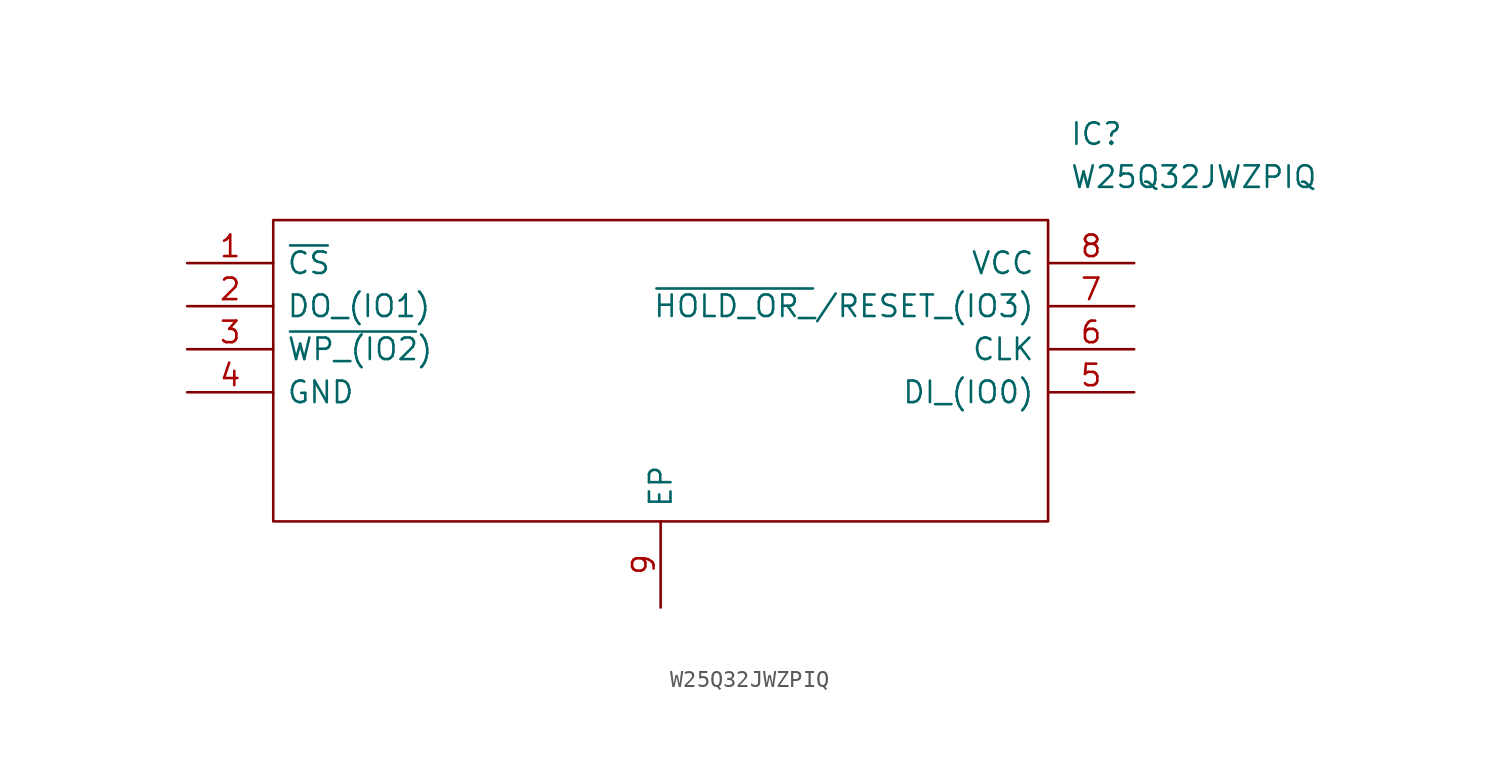
<source format=kicad_sym>
(kicad_symbol_lib
  (version 20211014)
  (generator kicad_symbol_editor)
  (symbol "W25Q32JWZPIQ"
    (pin_names
      (offset 0.762))
    (property "Reference" "IC"
      (at 52.07 7.62 0)
      (effects (font (size 1.27 1.27)) (justify left)))
    (property "Value" "W25Q32JWZPIQ"
      (at 52.07 5.08 0)
      (effects (font (size 1.27 1.27)) (justify left)))
    (symbol "W25Q32JWZPIQ_0_0"
      (pin passive line (at 0 0 0) (length 5.08) (name "~{CS}" (effects (font (size 1.27 1.27)))) (number "1" (effects (font (size 1.27 1.27)))))
      (pin passive line (at 0 -2.54 0) (length 5.08) (name "DO_(IO1)" (effects (font (size 1.27 1.27)))) (number "2" (effects (font (size 1.27 1.27)))))
      (pin passive line (at 0 -5.08 0) (length 5.08) (name "~{WP_(IO2})" (effects (font (size 1.27 1.27)))) (number "3" (effects (font (size 1.27 1.27)))))
      (pin passive line (at 0 -7.62 0) (length 5.08) (name "GND" (effects (font (size 1.27 1.27)))) (number "4" (effects (font (size 1.27 1.27)))))
      (pin passive line (at 55.88 -7.62 180) (length 5.08) (name "DI_(IO0)" (effects (font (size 1.27 1.27)))) (number "5" (effects (font (size 1.27 1.27)))))
      (pin passive line (at 55.88 -5.08 180) (length 5.08) (name "CLK" (effects (font (size 1.27 1.27)))) (number "6" (effects (font (size 1.27 1.27)))))
      (pin passive line (at 55.88 -2.54 180) (length 5.08) (name "~{HOLD_OR_}/RESET_(IO3)" (effects (font (size 1.27 1.27)))) (number "7" (effects (font (size 1.27 1.27)))))
      (pin passive line (at 55.88 0 180) (length 5.08) (name "VCC" (effects (font (size 1.27 1.27)))) (number "8" (effects (font (size 1.27 1.27)))))
      (pin passive line (at 27.94 -20.32 90) (length 5.08) (name "EP" (effects (font (size 1.27 1.27)))) (number "9" (effects (font (size 1.27 1.27))))))
    (symbol "W25Q32JWZPIQ_0_1"
      (polyline (pts (xy 5.08 2.54) (xy 50.8 2.54) (xy 50.8 -15.24) (xy 5.08 -15.24) (xy 5.08 2.54)) (stroke (width 0.152) (type default) (color 0 0 0 0)) (fill (type none))))))
</source>
